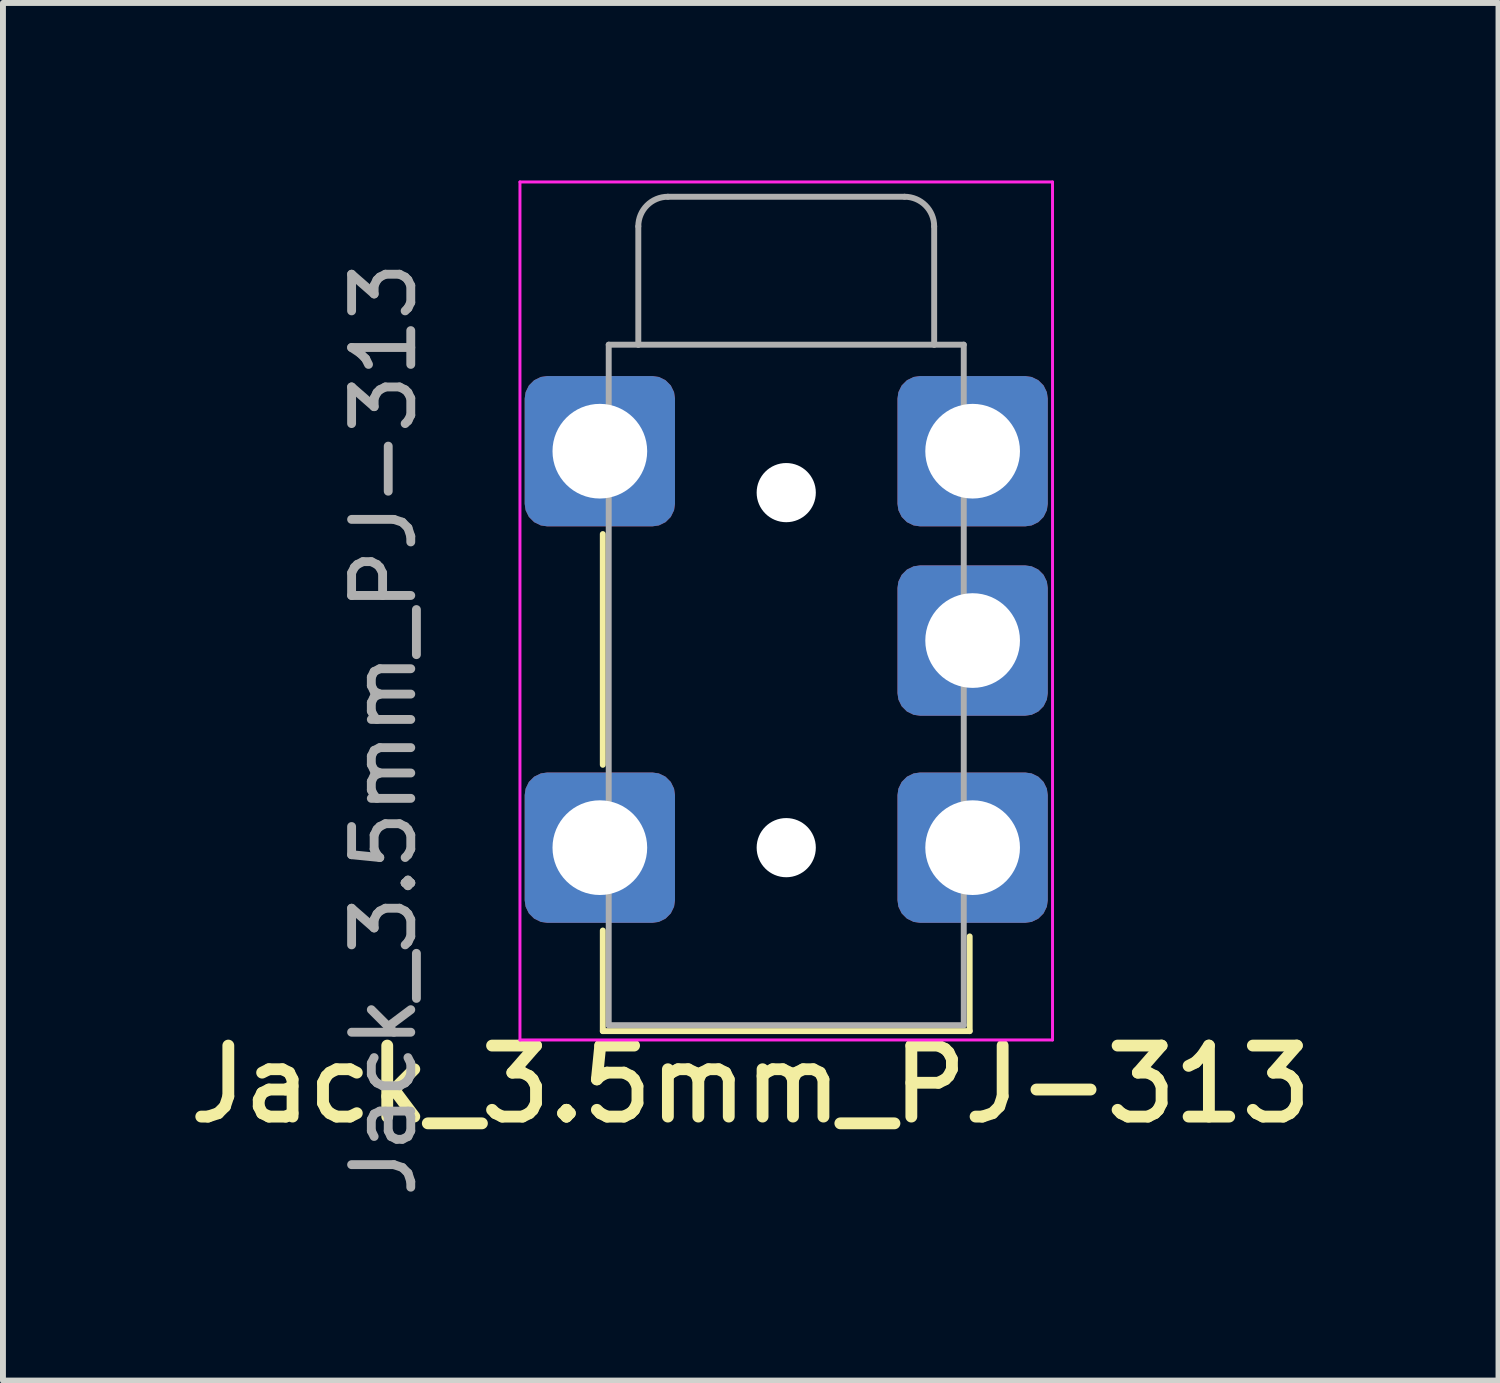
<source format=kicad_pcb>
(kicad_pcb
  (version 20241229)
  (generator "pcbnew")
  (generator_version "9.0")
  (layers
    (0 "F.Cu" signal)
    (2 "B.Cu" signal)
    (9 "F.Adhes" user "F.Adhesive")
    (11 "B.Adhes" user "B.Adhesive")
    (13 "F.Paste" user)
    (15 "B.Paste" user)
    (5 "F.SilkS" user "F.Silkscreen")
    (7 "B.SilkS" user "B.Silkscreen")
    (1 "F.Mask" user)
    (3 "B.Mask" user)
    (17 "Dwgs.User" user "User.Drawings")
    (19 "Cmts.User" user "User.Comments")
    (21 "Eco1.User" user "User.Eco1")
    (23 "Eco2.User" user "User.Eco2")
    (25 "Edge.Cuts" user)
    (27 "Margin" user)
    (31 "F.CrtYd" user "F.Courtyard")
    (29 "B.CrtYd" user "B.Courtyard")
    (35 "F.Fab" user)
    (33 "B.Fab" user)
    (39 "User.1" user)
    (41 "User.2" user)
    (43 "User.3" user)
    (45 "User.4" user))
  (footprint "Jack_3.5mm_PJ-313"
    (layer "F.Cu")
    (at 10.237 11.275)
    (property "Reference" "Jack_3.5mm_PJ-313" (at -0.6 4 0) (unlocked yes) (layer "F.SilkS") (effects (font (size 1.2 1.2) (thickness 0.2))))
    (attr through_hole)
    (fp_line (start -3.1 -5.3) (end -3.1 -1.4) (stroke (width 0.1) (type default)) (layer "F.SilkS"))
    (fp_line (start -3.1 1.4) (end -3.1 3.1) (stroke (width 0.1) (type default)) (layer "F.SilkS"))
    (fp_line (start -3.1 3.1) (end 3.1 3.1) (stroke (width 0.1) (type default)) (layer "F.SilkS"))
    (fp_line (start 3.1 3.1) (end 3.1 1.5) (stroke (width 0.1) (type default)) (layer "F.SilkS"))
    (fp_line (start -4.5 -11.25) (end 4.5 -11.25) (stroke (width 0.05) (type default)) (layer "F.CrtYd"))
    (fp_line (start -4.5 3.25) (end -4.5 -11.25) (stroke (width 0.05) (type default)) (layer "F.CrtYd"))
    (fp_line (start 4.5 -11.25) (end 4.5 3.25) (stroke (width 0.05) (type default)) (layer "F.CrtYd"))
    (fp_line (start 4.5 3.25) (end -4.5 3.25) (stroke (width 0.05) (type default)) (layer "F.CrtYd"))
    (fp_line (start -3 -8.5) (end -3 3) (stroke (width 0.1) (type default)) (layer "F.Fab"))
    (fp_line (start -3 3) (end 3 3) (stroke (width 0.1) (type default)) (layer "F.Fab"))
    (fp_line (start -2.5 -10.5) (end -2.5 -8.5) (stroke (width 0.1) (type default)) (layer "F.Fab"))
    (fp_line (start -2.5 -8.5) (end -3 -8.5) (stroke (width 0.1) (type default)) (layer "F.Fab"))
    (fp_line (start 2 -11) (end -2 -11) (stroke (width 0.1) (type default)) (layer "F.Fab"))
    (fp_line (start 2.5 -8.5) (end -2.5 -8.5) (stroke (width 0.1) (type default)) (layer "F.Fab"))
    (fp_line (start 2.5 -8.5) (end 2.5 -10.5) (stroke (width 0.1) (type default)) (layer "F.Fab"))
    (fp_line (start 3 -8.5) (end 2.5 -8.5) (stroke (width 0.1) (type default)) (layer "F.Fab"))
    (fp_line (start 3 3) (end 3 -8.5) (stroke (width 0.1) (type default)) (layer "F.Fab"))
    (fp_arc (start -2.5 -10.5) (mid -2.353553 -10.853553) (end -2 -11) (stroke (width 0.1) (type default)) (layer "F.Fab"))
    (fp_arc (start 2 -11) (mid 2.353553 -10.853553) (end 2.5 -10.5) (stroke (width 0.1) (type default)) (layer "F.Fab"))
    (fp_text user "${REFERENCE}" (at -6.8 -2 90) (unlocked yes) (layer "F.Fab") (effects (font (size 1 1) (thickness 0.15))))
    (pad "" np_thru_hole circle (at 0 -6) (size 1 1) (drill 1.8) (layers "*.Cu" "*.Mask"))
    (pad "" np_thru_hole circle (at 0 0) (size 1 1) (drill 1.8) (layers "*.Cu" "*.Mask"))
    (pad "R" thru_hole roundrect (at 3.15 -3.5) (size 2.54 2.54) (drill 1.6) (layers "*.Cu" "*.Mask") (roundrect_rratio 0.15))
    (pad "S" thru_hole roundrect (at -3.15 -6.7) (size 2.54 2.54) (drill 1.6) (layers "*.Cu" "*.Mask") (roundrect_rratio 0.15))
    (pad "S" thru_hole roundrect (at 3.15 -6.7) (size 2.54 2.54) (drill 1.6) (layers "*.Cu" "*.Mask") (roundrect_rratio 0.15))
    (pad "T" thru_hole roundrect (at -3.15 0) (size 2.54 2.54) (drill 1.6) (layers "*.Cu" "*.Mask") (roundrect_rratio 0.15))
    (pad "T" thru_hole roundrect (at 3.15 0) (size 2.54 2.54) (drill 1.6) (layers "*.Cu" "*.Mask") (roundrect_rratio 0.15)))
  (gr_rect
    (start -3 -3)
    (end 22.274 20.281)
    (stroke (width 0.1) (type default))
    (fill no)
    (layer "Edge.Cuts")))
</source>
